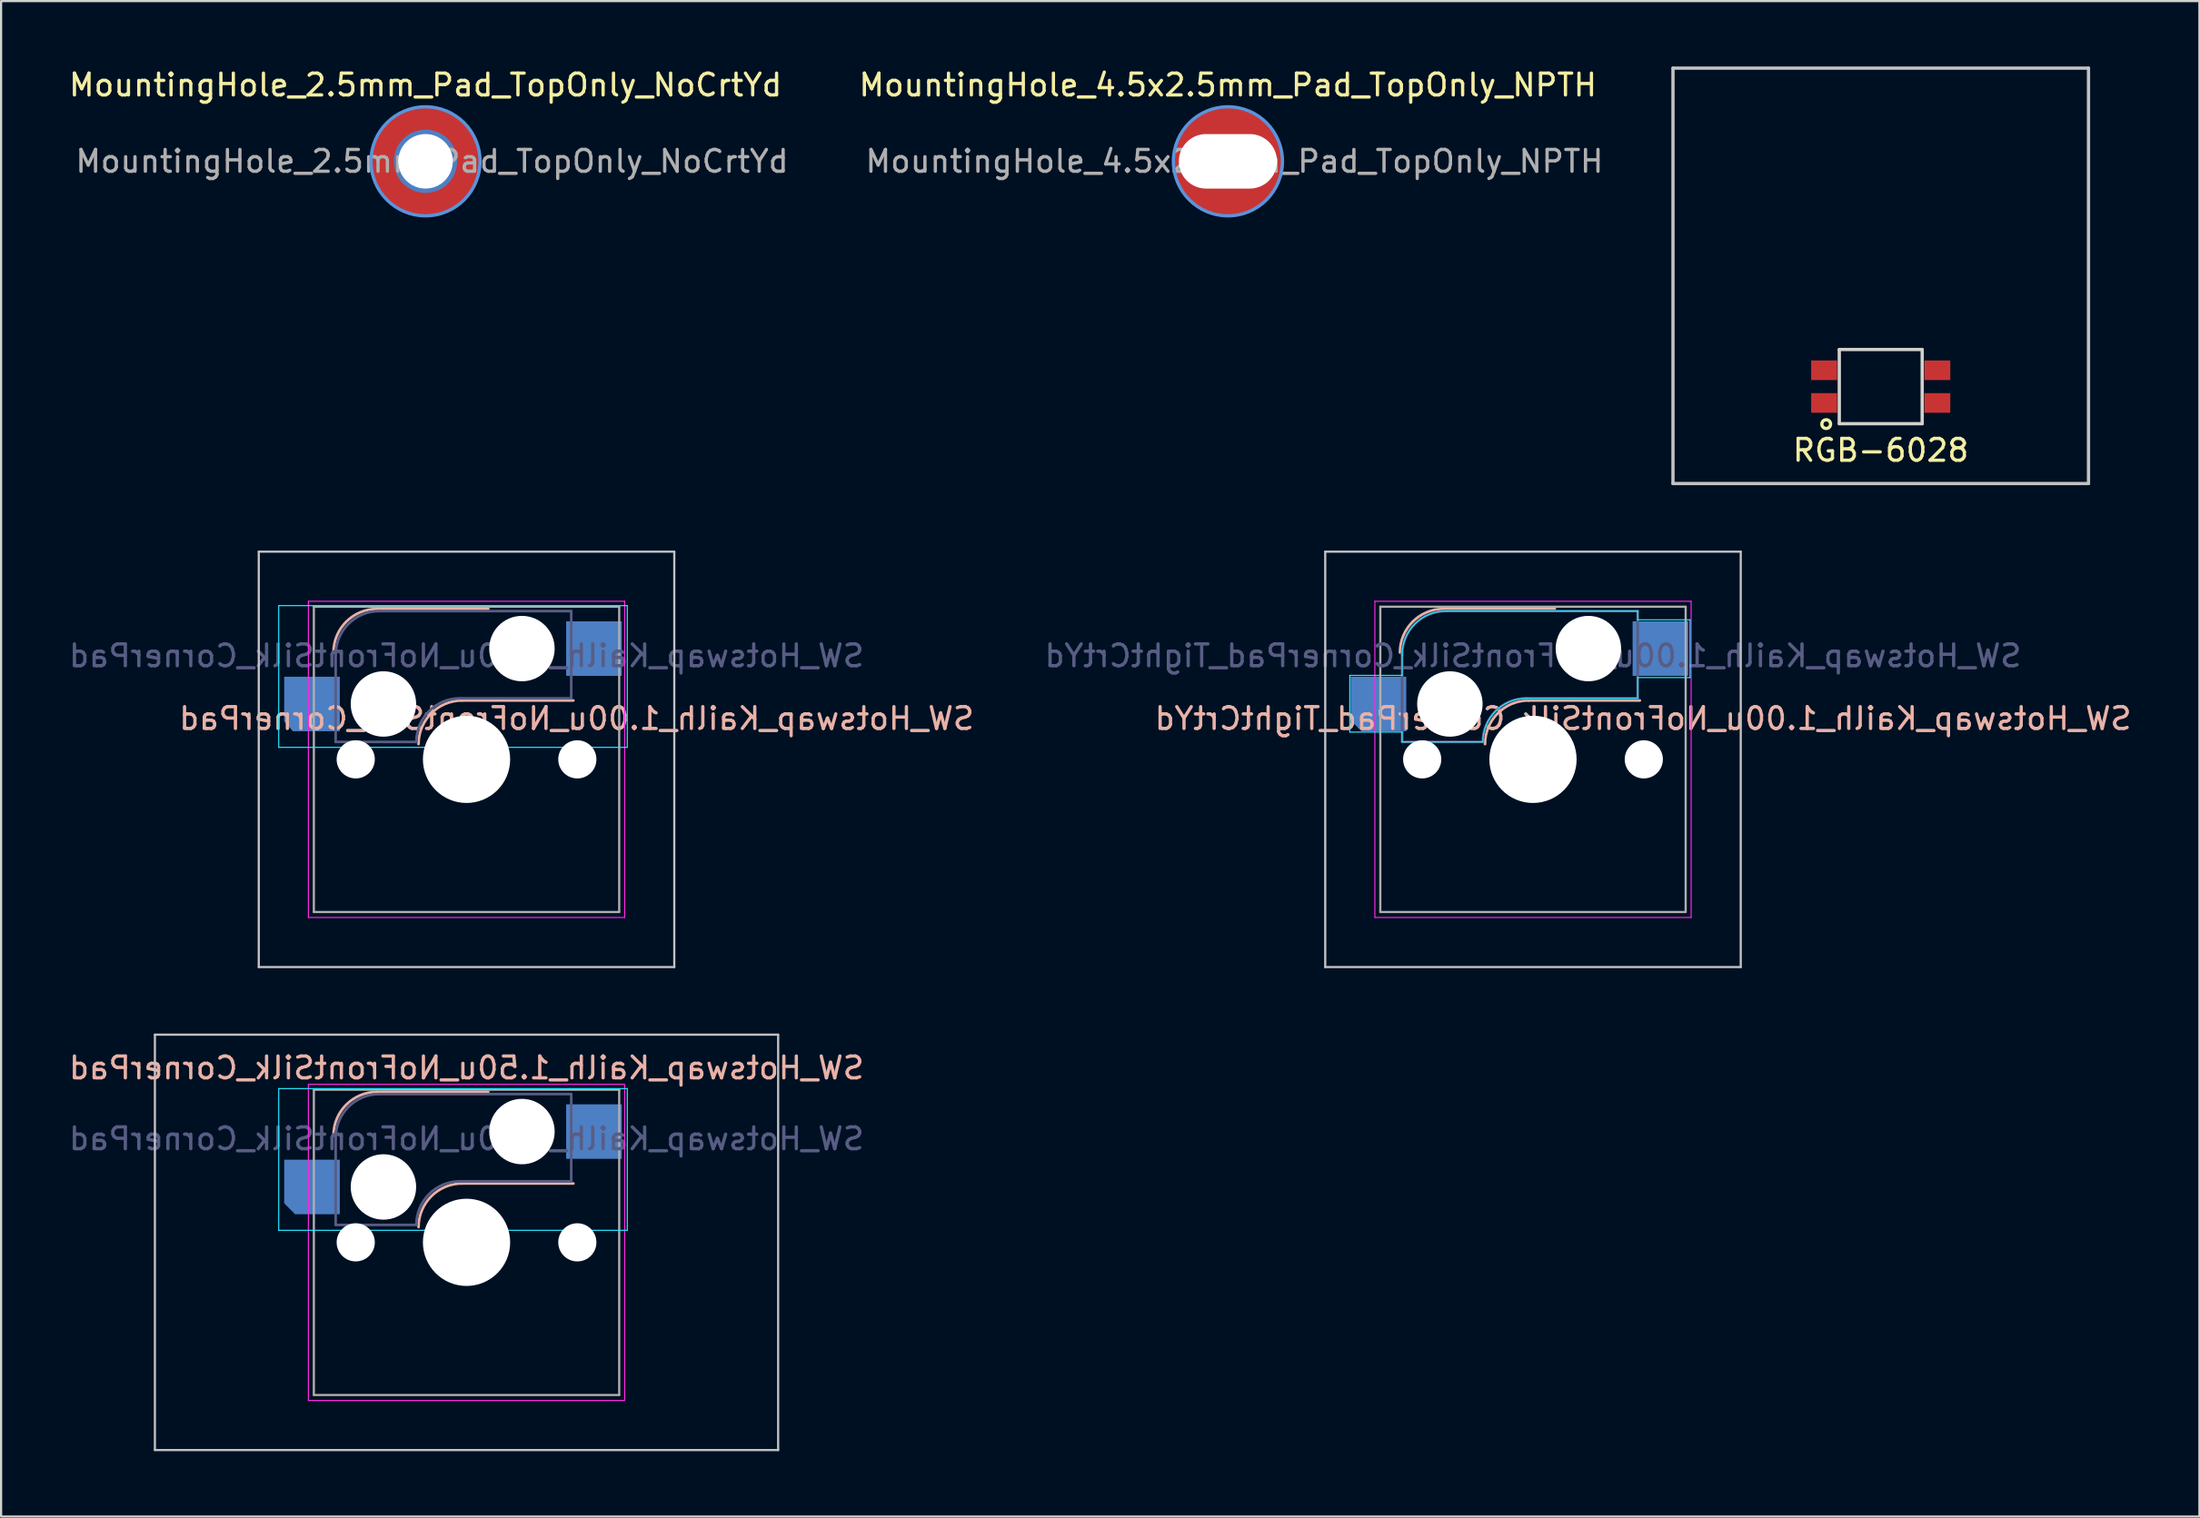
<source format=kicad_pcb>
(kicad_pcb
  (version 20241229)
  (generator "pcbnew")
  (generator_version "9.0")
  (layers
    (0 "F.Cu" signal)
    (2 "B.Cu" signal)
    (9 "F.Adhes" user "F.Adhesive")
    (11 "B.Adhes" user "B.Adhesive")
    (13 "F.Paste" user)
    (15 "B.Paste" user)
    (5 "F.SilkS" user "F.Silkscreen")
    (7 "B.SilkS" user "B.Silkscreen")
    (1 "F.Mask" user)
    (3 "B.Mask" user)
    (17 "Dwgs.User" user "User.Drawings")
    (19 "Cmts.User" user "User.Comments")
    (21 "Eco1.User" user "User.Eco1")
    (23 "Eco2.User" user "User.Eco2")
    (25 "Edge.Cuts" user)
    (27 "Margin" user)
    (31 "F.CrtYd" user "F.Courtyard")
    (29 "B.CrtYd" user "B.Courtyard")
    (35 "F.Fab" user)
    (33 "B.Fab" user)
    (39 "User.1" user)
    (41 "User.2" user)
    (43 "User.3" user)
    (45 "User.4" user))
  (footprint "SW_Hotswap_Kailh_1.00u_NoFrontSilk_CornerPad"
    (layer "F.Cu")
    (at 18.339 31.775)
    (property "Reference" "SW_Hotswap_Kailh_1.00u_NoFrontSilk_CornerPad" (at 5.048 -1.873 0) (layer "B.SilkS") (effects (font (size 1 1) (thickness 0.15)) (justify mirror)))
    (attr smd)
    (fp_line (start -4.1 -6.9) (end 1 -6.9) (stroke (width 0.12) (type solid)) (layer "B.SilkS"))
    (fp_line (start -0.2 -2.7) (end 4.9 -2.7) (stroke (width 0.12) (type solid)) (layer "B.SilkS"))
    (fp_arc (start -6.1 -4.9) (mid -5.514214 -6.314214) (end -4.1 -6.9) (stroke (width 0.12) (type solid)) (layer "B.SilkS"))
    (fp_arc (start -2.2 -0.7) (mid -1.614214 -2.114214) (end -0.2 -2.7) (stroke (width 0.12) (type solid)) (layer "B.SilkS"))
    (fp_line (start -9.525 -9.525) (end -9.525 9.525) (stroke (width 0.1) (type solid)) (layer "Dwgs.User"))
    (fp_line (start -9.525 9.525) (end 9.525 9.525) (stroke (width 0.1) (type solid)) (layer "Dwgs.User"))
    (fp_line (start 9.525 -9.525) (end -9.525 -9.525) (stroke (width 0.1) (type solid)) (layer "Dwgs.User"))
    (fp_line (start 9.525 9.525) (end 9.525 -9.525) (stroke (width 0.1) (type solid)) (layer "Dwgs.User"))
    (fp_line (start -7.1 -7.1) (end -7.1 7.1) (stroke (width 0.12) (type solid)) (layer "Eco1.User"))
    (fp_line (start -7.1 7.1) (end 7.1 7.1) (stroke (width 0.12) (type solid)) (layer "Eco1.User"))
    (fp_line (start 7.1 -7.1) (end -7.1 -7.1) (stroke (width 0.12) (type solid)) (layer "Eco1.User"))
    (fp_line (start 7.1 7.1) (end 7.1 -7.1) (stroke (width 0.12) (type solid)) (layer "Eco1.User"))
    (fp_line (start -8.61 -7.05) (end -8.61 -0.55) (stroke (width 0.05) (type solid)) (layer "B.CrtYd"))
    (fp_line (start -8.61 -0.55) (end 7.37 -0.55) (stroke (width 0.05) (type solid)) (layer "B.CrtYd"))
    (fp_line (start 7.37 -7.05) (end -8.61 -7.05) (stroke (width 0.05) (type solid)) (layer "B.CrtYd"))
    (fp_line (start 7.37 -0.55) (end 7.37 -7.05) (stroke (width 0.05) (type solid)) (layer "B.CrtYd"))
    (fp_line (start -7.25 -7.25) (end -7.25 7.25) (stroke (width 0.05) (type solid)) (layer "F.CrtYd"))
    (fp_line (start -7.25 7.25) (end 7.25 7.25) (stroke (width 0.05) (type solid)) (layer "F.CrtYd"))
    (fp_line (start 7.25 -7.25) (end -7.25 -7.25) (stroke (width 0.05) (type solid)) (layer "F.CrtYd"))
    (fp_line (start 7.25 7.25) (end 7.25 -7.25) (stroke (width 0.05) (type solid)) (layer "F.CrtYd"))
    (fp_line (start -6 -0.8) (end -6 -4.8) (stroke (width 0.12) (type solid)) (layer "B.Fab"))
    (fp_line (start -6 -0.8) (end -2.3 -0.8) (stroke (width 0.12) (type solid)) (layer "B.Fab"))
    (fp_line (start -4 -6.8) (end 4.8 -6.8) (stroke (width 0.12) (type solid)) (layer "B.Fab"))
    (fp_line (start -0.3 -2.8) (end 4.8 -2.8) (stroke (width 0.12) (type solid)) (layer "B.Fab"))
    (fp_line (start 4.8 -6.8) (end 4.8 -2.8) (stroke (width 0.12) (type solid)) (layer "B.Fab"))
    (fp_arc (start -6 -4.8) (mid -5.414214 -6.214214) (end -4 -6.8) (stroke (width 0.12) (type solid)) (layer "B.Fab"))
    (fp_arc (start -2.3 -0.8) (mid -1.714214 -2.214214) (end -0.3 -2.8) (stroke (width 0.12) (type solid)) (layer "B.Fab"))
    (fp_line (start -7 -7) (end -7 7) (stroke (width 0.1) (type solid)) (layer "F.Fab"))
    (fp_line (start -7 7) (end 7 7) (stroke (width 0.1) (type solid)) (layer "F.Fab"))
    (fp_line (start 7 -7) (end -7 -7) (stroke (width 0.1) (type solid)) (layer "F.Fab"))
    (fp_line (start 7 7) (end 7 -7) (stroke (width 0.1) (type solid)) (layer "F.Fab"))
    (fp_text user "${REFERENCE}" (at 0 -4.75 0) (layer "B.Fab") (effects (font (size 1 1) (thickness 0.15)) (justify mirror)))
    (pad "" np_thru_hole circle (at -5.08 0) (size 1.75 1.75) (drill 1.75) (layers "*.Cu" "*.Mask"))
    (pad "" np_thru_hole circle (at -3.81 -2.54) (size 3 3) (drill 3) (layers "*.Cu" "*.Mask"))
    (pad "" np_thru_hole circle (at 0 0) (size 4 4) (drill 4) (layers "*.Cu" "*.Mask"))
    (pad "" np_thru_hole circle (at 2.54 -5.08) (size 3 3) (drill 3) (layers "*.Cu" "*.Mask"))
    (pad "" np_thru_hole circle (at 5.08 0) (size 1.75 1.75) (drill 1.75) (layers "*.Cu" "*.Mask"))
    (pad "1" smd custom (at -7.085 -2.54) (size 2 2) (layers "B.Cu" "B.Mask" "B.Paste") (options (anchor rect)) (primitives (gr_poly (pts (xy -1.275 -1.25) (xy 1.275 -1.25) (xy 1.275 1.25) (xy -0.875 1.25) (xy -1.275 0.8)) (width 0) (fill yes))))
    (pad "2" smd rect (at 5.842 -5.08) (size 2.55 2.5) (layers "B.Cu" "B.Mask" "B.Paste")))
  (footprint "MountingHole_4.5x2.5mm_Pad_TopOnly_NPTH"
    (layer "F.Cu")
    (at 53.246 4.348)
    (property "Reference" "MountingHole_4.5x2.5mm_Pad_TopOnly_NPTH" (at 0 -3.5 0) (layer "F.SilkS") (effects (font (size 1 1) (thickness 0.15))))
    (attr exclude_from_pos_files exclude_from_bom)
    (fp_circle (center 0 0) (end 2.5 0) (stroke (width 0.15) (type solid)) (fill no) (layer "Cmts.User"))
    (fp_circle (center 0 0) (end 2.75 0) (stroke (width 0.05) (type solid)) (fill no) (layer "Eco1.User"))
    (fp_text user "${REFERENCE}" (at 0.3 0 0) (layer "F.Fab") (effects (font (size 1 1) (thickness 0.15))))
    (pad "" np_thru_hole oval (at 0 0) (size 4.5 2.5) (drill oval 4.5 2.5) (layers "*.Cu" "*.Mask"))
    (pad "" connect circle (at 0 0) (size 5 5) (layers "F.Cu" "F.Mask")))
  (footprint "RGB-6028"
    (layer "F.Cu")
    (at 83.176 9.6)
    (property "Reference" "RGB-6028" (at 0 8 0) (layer "F.SilkS") (effects (font (size 1 1) (thickness 0.15))))
    (attr smd)
    (fp_circle (center -2.5 6.8) (end -2.5 6.6) (stroke (width 0.15) (type solid)) (fill no) (layer "F.SilkS"))
    (fp_line (start -9.525 -9.525) (end 9.525 -9.525) (stroke (width 0.15) (type solid)) (layer "Dwgs.User"))
    (fp_line (start -9.525 9.525) (end -9.525 -9.525) (stroke (width 0.15) (type solid)) (layer "Dwgs.User"))
    (fp_line (start 9.525 -9.525) (end 9.525 9.525) (stroke (width 0.15) (type solid)) (layer "Dwgs.User"))
    (fp_line (start 9.525 9.525) (end -9.525 9.525) (stroke (width 0.15) (type solid)) (layer "Dwgs.User"))
    (fp_line (start -1.9 3.38) (end -1.9 6.78) (stroke (width 0.15) (type solid)) (layer "Edge.Cuts"))
    (fp_line (start 1.9 3.38) (end -1.9 3.38) (stroke (width 0.15) (type solid)) (layer "Edge.Cuts"))
    (fp_line (start 1.9 3.38) (end 1.9 6.78) (stroke (width 0.15) (type solid)) (layer "Edge.Cuts"))
    (fp_line (start 1.9 6.78) (end -1.9 6.78) (stroke (width 0.15) (type solid)) (layer "Edge.Cuts"))
    (pad "1" smd rect (at -2.595 4.33) (size 1.19 0.9) (layers "F.Cu" "F.Mask" "F.Paste"))
    (pad "2" smd rect (at 2.595 5.83) (size 1.19 0.9) (layers "F.Cu" "F.Mask" "F.Paste"))
    (pad "3" smd rect (at 2.595 4.33) (size 1.19 0.9) (layers "F.Cu" "F.Mask" "F.Paste"))
    (pad "4" smd rect (at -2.595 5.83) (size 1.19 0.9) (layers "F.Cu" "F.Mask" "F.Paste")))
  (footprint "SW_Hotswap_Kailh_1.00u_NoFrontSilk_CornerPad_TightCrtYd"
    (layer "F.Cu")
    (at 67.233 31.775)
    (property "Reference" "SW_Hotswap_Kailh_1.00u_NoFrontSilk_CornerPad_TightCrtYd" (at 5.048 -1.873 0) (layer "B.SilkS") (effects (font (size 1 1) (thickness 0.15)) (justify mirror)))
    (attr smd)
    (fp_line (start -4.1 -6.9) (end 1 -6.9) (stroke (width 0.12) (type solid)) (layer "B.SilkS"))
    (fp_line (start -0.2 -2.7) (end 4.9 -2.7) (stroke (width 0.12) (type solid)) (layer "B.SilkS"))
    (fp_arc (start -6.1 -4.9) (mid -5.514214 -6.314214) (end -4.1 -6.9) (stroke (width 0.12) (type solid)) (layer "B.SilkS"))
    (fp_arc (start -2.2 -0.7) (mid -1.614214 -2.114214) (end -0.2 -2.7) (stroke (width 0.12) (type solid)) (layer "B.SilkS"))
    (fp_line (start -9.525 -9.525) (end -9.525 9.525) (stroke (width 0.1) (type solid)) (layer "Dwgs.User"))
    (fp_line (start -9.525 9.525) (end 9.525 9.525) (stroke (width 0.1) (type solid)) (layer "Dwgs.User"))
    (fp_line (start 9.525 -9.525) (end -9.525 -9.525) (stroke (width 0.1) (type solid)) (layer "Dwgs.User"))
    (fp_line (start 9.525 9.525) (end 9.525 -9.525) (stroke (width 0.1) (type solid)) (layer "Dwgs.User"))
    (fp_line (start -7.1 -7.1) (end -7.1 7.1) (stroke (width 0.12) (type solid)) (layer "Eco1.User"))
    (fp_line (start -7.1 7.1) (end 7.1 7.1) (stroke (width 0.12) (type solid)) (layer "Eco1.User"))
    (fp_line (start 7.1 -7.1) (end -7.1 -7.1) (stroke (width 0.12) (type solid)) (layer "Eco1.User"))
    (fp_line (start 7.1 7.1) (end 7.1 -7.1) (stroke (width 0.12) (type solid)) (layer "Eco1.User"))
    (fp_line (start -8.4 -3.85) (end -8.4 -1.25) (stroke (width 0.05) (type solid)) (layer "B.CrtYd"))
    (fp_line (start -8.4 -1.25) (end -6 -1.25) (stroke (width 0.05) (type solid)) (layer "B.CrtYd"))
    (fp_line (start -6 -4.8) (end -6 -3.85) (stroke (width 0.05) (type solid)) (layer "B.CrtYd"))
    (fp_line (start -6 -3.85) (end -8.4 -3.85) (stroke (width 0.05) (type solid)) (layer "B.CrtYd"))
    (fp_line (start -6 -1.25) (end -6 -0.8) (stroke (width 0.05) (type solid)) (layer "B.CrtYd"))
    (fp_line (start -6 -0.8) (end -2.3 -0.8) (stroke (width 0.05) (type solid)) (layer "B.CrtYd"))
    (fp_line (start 4.8 -6.8) (end -3.99 -6.8) (stroke (width 0.05) (type solid)) (layer "B.CrtYd"))
    (fp_line (start 4.8 -6.8) (end 4.8 -6.4) (stroke (width 0.05) (type solid)) (layer "B.CrtYd"))
    (fp_line (start 4.8 -6.4) (end 7.2 -6.4) (stroke (width 0.05) (type solid)) (layer "B.CrtYd"))
    (fp_line (start 4.8 -3.75) (end 4.8 -2.8) (stroke (width 0.05) (type solid)) (layer "B.CrtYd"))
    (fp_line (start 4.8 -2.8) (end -0.3 -2.8) (stroke (width 0.05) (type solid)) (layer "B.CrtYd"))
    (fp_line (start 7.2 -6.4) (end 7.2 -3.75) (stroke (width 0.05) (type solid)) (layer "B.CrtYd"))
    (fp_line (start 7.2 -3.75) (end 4.8 -3.75) (stroke (width 0.05) (type solid)) (layer "B.CrtYd"))
    (fp_arc (start -6.000024 -4.799527) (mid -5.410859 -6.217595) (end -3.990001 -6.799999) (stroke (width 0.05) (type solid)) (layer "B.CrtYd"))
    (fp_arc (start -2.3 -0.8) (mid -1.714214 -2.214214) (end -0.3 -2.8) (stroke (width 0.05) (type solid)) (layer "B.CrtYd"))
    (fp_line (start -7.25 -7.25) (end -7.25 7.25) (stroke (width 0.05) (type solid)) (layer "F.CrtYd"))
    (fp_line (start -7.25 7.25) (end 7.25 7.25) (stroke (width 0.05) (type solid)) (layer "F.CrtYd"))
    (fp_line (start 7.25 -7.25) (end -7.25 -7.25) (stroke (width 0.05) (type solid)) (layer "F.CrtYd"))
    (fp_line (start 7.25 7.25) (end 7.25 -7.25) (stroke (width 0.05) (type solid)) (layer "F.CrtYd"))
    (fp_line (start -6 -0.8) (end -6 -4.8) (stroke (width 0.12) (type solid)) (layer "B.Fab"))
    (fp_line (start -6 -0.8) (end -2.3 -0.8) (stroke (width 0.12) (type solid)) (layer "B.Fab"))
    (fp_line (start -4 -6.8) (end 4.8 -6.8) (stroke (width 0.12) (type solid)) (layer "B.Fab"))
    (fp_line (start -0.3 -2.8) (end 4.8 -2.8) (stroke (width 0.12) (type solid)) (layer "B.Fab"))
    (fp_line (start 4.8 -6.8) (end 4.8 -2.8) (stroke (width 0.12) (type solid)) (layer "B.Fab"))
    (fp_arc (start -6 -4.8) (mid -5.414214 -6.214214) (end -4 -6.8) (stroke (width 0.12) (type solid)) (layer "B.Fab"))
    (fp_arc (start -2.3 -0.8) (mid -1.714214 -2.214214) (end -0.3 -2.8) (stroke (width 0.12) (type solid)) (layer "B.Fab"))
    (fp_line (start -7 -7) (end -7 7) (stroke (width 0.1) (type solid)) (layer "F.Fab"))
    (fp_line (start -7 7) (end 7 7) (stroke (width 0.1) (type solid)) (layer "F.Fab"))
    (fp_line (start 7 -7) (end -7 -7) (stroke (width 0.1) (type solid)) (layer "F.Fab"))
    (fp_line (start 7 7) (end 7 -7) (stroke (width 0.1) (type solid)) (layer "F.Fab"))
    (fp_text user "${REFERENCE}" (at 0 -4.75 0) (layer "B.Fab") (effects (font (size 1 1) (thickness 0.15)) (justify mirror)))
    (pad "" np_thru_hole circle (at -5.08 0) (size 1.75 1.75) (drill 1.75) (layers "*.Cu" "*.Mask"))
    (pad "" np_thru_hole circle (at -3.81 -2.54) (size 3 3) (drill 3) (layers "*.Cu" "*.Mask"))
    (pad "" np_thru_hole circle (at 0 0) (size 4 4) (drill 4) (layers "*.Cu" "*.Mask"))
    (pad "" np_thru_hole circle (at 2.54 -5.08) (size 3 3) (drill 3) (layers "*.Cu" "*.Mask"))
    (pad "" np_thru_hole circle (at 5.08 0) (size 1.75 1.75) (drill 1.75) (layers "*.Cu" "*.Mask"))
    (pad "1" smd custom (at -7.085 -2.54) (size 1.8 1.8) (layers "B.Cu" "B.Mask" "B.Paste") (options (anchor rect)) (primitives (gr_poly (pts (xy -1.275 -1.25) (xy 1.275 -1.25) (xy 1.275 1.25) (xy -0.775 1.25) (xy -1.275 0.75)) (width 0) (fill yes))))
    (pad "2" smd rect (at 5.842 -5.08) (size 2.55 2.5) (layers "B.Cu" "B.Mask" "B.Paste")))
  (footprint "SW_Hotswap_Kailh_1.50u_NoFrontSilk_CornerPad"
    (layer "F.Cu")
    (at 18.339 53.925)
    (property "Reference" "SW_Hotswap_Kailh_1.50u_NoFrontSilk_CornerPad" (at 0 -8 180) (layer "B.SilkS") (effects (font (size 1 1) (thickness 0.15)) (justify mirror)))
    (attr smd)
    (fp_line (start -4.1 -6.9) (end 1 -6.9) (stroke (width 0.12) (type solid)) (layer "B.SilkS"))
    (fp_line (start -0.2 -2.7) (end 4.9 -2.7) (stroke (width 0.12) (type solid)) (layer "B.SilkS"))
    (fp_arc (start -6.1 -4.9) (mid -5.514214 -6.314214) (end -4.1 -6.9) (stroke (width 0.12) (type solid)) (layer "B.SilkS"))
    (fp_arc (start -2.2 -0.7) (mid -1.614214 -2.114214) (end -0.2 -2.7) (stroke (width 0.12) (type solid)) (layer "B.SilkS"))
    (fp_line (start -14.287 -9.525) (end -14.287 9.525) (stroke (width 0.1) (type solid)) (layer "Dwgs.User"))
    (fp_line (start -14.287 9.525) (end 14.287 9.525) (stroke (width 0.1) (type solid)) (layer "Dwgs.User"))
    (fp_line (start 14.287 -9.525) (end -14.287 -9.525) (stroke (width 0.1) (type solid)) (layer "Dwgs.User"))
    (fp_line (start 14.287 9.525) (end 14.287 -9.525) (stroke (width 0.1) (type solid)) (layer "Dwgs.User"))
    (fp_line (start -7.1 -7.1) (end -7.1 7.1) (stroke (width 0.12) (type solid)) (layer "Eco1.User"))
    (fp_line (start -7.1 7.1) (end 7.1 7.1) (stroke (width 0.12) (type solid)) (layer "Eco1.User"))
    (fp_line (start 7.1 -7.1) (end -7.1 -7.1) (stroke (width 0.12) (type solid)) (layer "Eco1.User"))
    (fp_line (start 7.1 7.1) (end 7.1 -7.1) (stroke (width 0.12) (type solid)) (layer "Eco1.User"))
    (fp_line (start -8.61 -7.05) (end -8.61 -0.55) (stroke (width 0.05) (type solid)) (layer "B.CrtYd"))
    (fp_line (start -8.61 -0.55) (end 7.37 -0.55) (stroke (width 0.05) (type solid)) (layer "B.CrtYd"))
    (fp_line (start 7.37 -7.05) (end -8.61 -7.05) (stroke (width 0.05) (type solid)) (layer "B.CrtYd"))
    (fp_line (start 7.37 -0.55) (end 7.37 -7.05) (stroke (width 0.05) (type solid)) (layer "B.CrtYd"))
    (fp_line (start -7.25 -7.25) (end -7.25 7.25) (stroke (width 0.05) (type solid)) (layer "F.CrtYd"))
    (fp_line (start -7.25 7.25) (end 7.25 7.25) (stroke (width 0.05) (type solid)) (layer "F.CrtYd"))
    (fp_line (start 7.25 -7.25) (end -7.25 -7.25) (stroke (width 0.05) (type solid)) (layer "F.CrtYd"))
    (fp_line (start 7.25 7.25) (end 7.25 -7.25) (stroke (width 0.05) (type solid)) (layer "F.CrtYd"))
    (fp_line (start -6 -0.8) (end -6 -4.8) (stroke (width 0.12) (type solid)) (layer "B.Fab"))
    (fp_line (start -6 -0.8) (end -2.3 -0.8) (stroke (width 0.12) (type solid)) (layer "B.Fab"))
    (fp_line (start -4 -6.8) (end 4.8 -6.8) (stroke (width 0.12) (type solid)) (layer "B.Fab"))
    (fp_line (start -0.3 -2.8) (end 4.8 -2.8) (stroke (width 0.12) (type solid)) (layer "B.Fab"))
    (fp_line (start 4.8 -6.8) (end 4.8 -2.8) (stroke (width 0.12) (type solid)) (layer "B.Fab"))
    (fp_arc (start -6 -4.8) (mid -5.414214 -6.214214) (end -4 -6.8) (stroke (width 0.12) (type solid)) (layer "B.Fab"))
    (fp_arc (start -2.3 -0.8) (mid -1.714214 -2.214214) (end -0.3 -2.8) (stroke (width 0.12) (type solid)) (layer "B.Fab"))
    (fp_line (start -7 -7) (end -7 7) (stroke (width 0.1) (type solid)) (layer "F.Fab"))
    (fp_line (start -7 7) (end 7 7) (stroke (width 0.1) (type solid)) (layer "F.Fab"))
    (fp_line (start 7 -7) (end -7 -7) (stroke (width 0.1) (type solid)) (layer "F.Fab"))
    (fp_line (start 7 7) (end 7 -7) (stroke (width 0.1) (type solid)) (layer "F.Fab"))
    (fp_text user "${REFERENCE}" (at 0 -4.75 180) (layer "B.Fab") (effects (font (size 1 1) (thickness 0.15)) (justify mirror)))
    (pad "" np_thru_hole circle (at -5.08 0) (size 1.75 1.75) (drill 1.75) (layers "*.Cu" "*.Mask"))
    (pad "" np_thru_hole circle (at -3.81 -2.54) (size 3 3) (drill 3) (layers "*.Cu" "*.Mask"))
    (pad "" np_thru_hole circle (at 0 0) (size 4 4) (drill 4) (layers "*.Cu" "*.Mask"))
    (pad "" np_thru_hole circle (at 2.54 -5.08) (size 3 3) (drill 3) (layers "*.Cu" "*.Mask"))
    (pad "" np_thru_hole circle (at 5.08 0) (size 1.75 1.75) (drill 1.75) (layers "*.Cu" "*.Mask"))
    (pad "1" smd custom (at -7.085 -2.54) (size 1.8 1.8) (layers "B.Cu" "B.Mask" "B.Paste") (options (anchor rect)) (primitives (gr_poly (pts (xy -1.275 -1.25) (xy 1.275 -1.25) (xy 1.275 1.25) (xy -0.775 1.25) (xy -1.275 0.75)) (width 0) (fill yes))))
    (pad "2" smd rect (at 5.842 -5.08) (size 2.55 2.5) (layers "B.Cu" "B.Mask" "B.Paste")))
  (footprint "MountingHole_2.5mm_Pad_TopOnly_NoCrtYd"
    (layer "F.Cu")
    (at 16.458 4.348)
    (property "Reference" "MountingHole_2.5mm_Pad_TopOnly_NoCrtYd" (at 0 -3.5 0) (layer "F.SilkS") (effects (font (size 1 1) (thickness 0.15))))
    (attr exclude_from_pos_files exclude_from_bom)
    (fp_circle (center 0 0) (end 2.5 0) (stroke (width 0.15) (type solid)) (fill no) (layer "Cmts.User"))
    (fp_circle (center 0 0) (end 2.75 0) (stroke (width 0.05) (type solid)) (fill no) (layer "Eco1.User"))
    (fp_text user "${REFERENCE}" (at 0.3 0 0) (layer "F.Fab") (effects (font (size 1 1) (thickness 0.15))))
    (pad "1" thru_hole circle (at 0 0) (size 2.9 2.9) (drill 2.5) (layers "*.Cu" "*.Mask"))
    (pad "1" connect circle (at 0 0) (size 5 5) (layers "F.Cu" "F.Mask")))
  (gr_rect
    (start -3 -3)
    (end 97.787 66.5)
    (stroke (width 0.1) (type default))
    (fill no)
    (layer "Edge.Cuts")))
</source>
